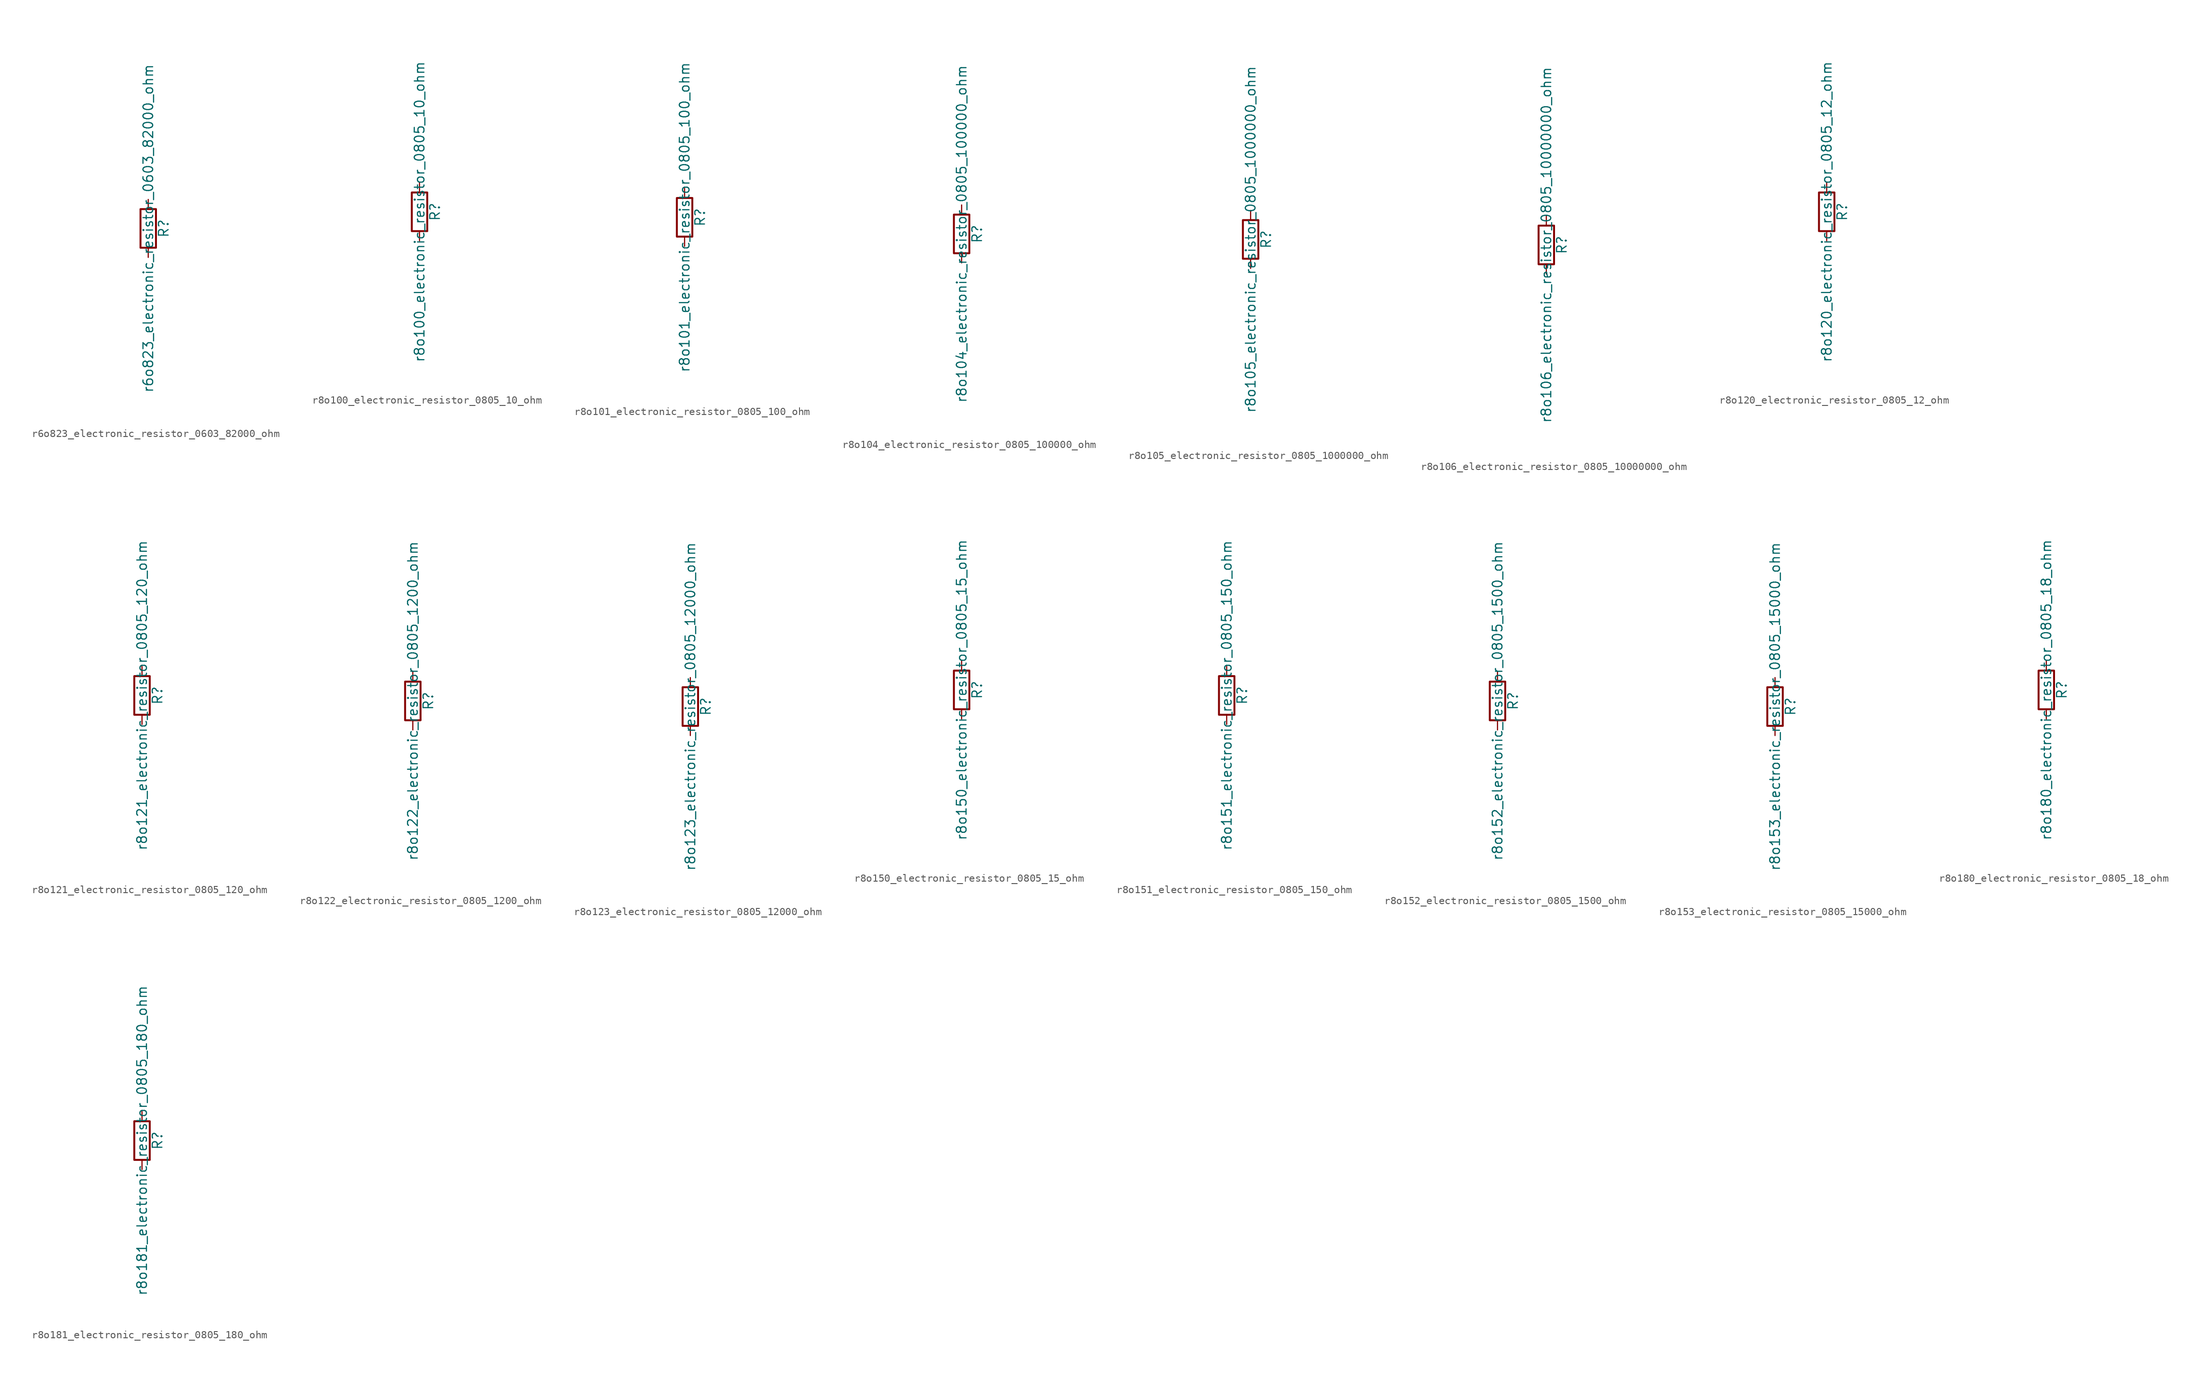
<source format=kicad_sym>
(kicad_symbol_lib
  (version 20220914)
  (generator kicad_symbol_editor)
  (symbol "r6o823_electronic_resistor_0603_82000_ohm"
    (pin_numbers hide)
    (pin_names
      (offset 0))
    (property "Reference" "R"
      (at 2.032 0 90)
      (effects (font (size 1.27 1.27))))
    (property "Value" "r6o823_electronic_resistor_0603_82000_ohm"
      (at 0 0 90)
      (effects (font (size 1.27 1.27))))
    (symbol "r6o823_electronic_resistor_0603_82000_ohm_0_1"
      (rectangle (start -1.016 -2.54) (end 1.016 2.54) (stroke (width 0.254) (type default)) (fill (type none))))
    (symbol "r6o823_electronic_resistor_0603_82000_ohm_1_1"
      (pin passive line (at 0 3.81 270) (length 1.27) (name "~" (effects (font (size 1.27 1.27)))) (number "1" (effects (font (size 1.27 1.27)))))
      (pin passive line (at 0 -3.81 90) (length 1.27) (name "~" (effects (font (size 1.27 1.27)))) (number "2" (effects (font (size 1.27 1.27)))))))
  (symbol "r8o100_electronic_resistor_0805_10_ohm"
    (pin_numbers hide)
    (pin_names
      (offset 0))
    (property "Reference" "R"
      (at 2.032 0 90)
      (effects (font (size 1.27 1.27))))
    (property "Value" "r8o100_electronic_resistor_0805_10_ohm"
      (at 0 0 90)
      (effects (font (size 1.27 1.27))))
    (symbol "r8o100_electronic_resistor_0805_10_ohm_0_1"
      (rectangle (start -1.016 -2.54) (end 1.016 2.54) (stroke (width 0.254) (type default)) (fill (type none))))
    (symbol "r8o100_electronic_resistor_0805_10_ohm_1_1"
      (pin passive line (at 0 3.81 270) (length 1.27) (name "~" (effects (font (size 1.27 1.27)))) (number "1" (effects (font (size 1.27 1.27)))))
      (pin passive line (at 0 -3.81 90) (length 1.27) (name "~" (effects (font (size 1.27 1.27)))) (number "2" (effects (font (size 1.27 1.27)))))))
  (symbol "r8o101_electronic_resistor_0805_100_ohm"
    (pin_numbers hide)
    (pin_names
      (offset 0))
    (property "Reference" "R"
      (at 2.032 0 90)
      (effects (font (size 1.27 1.27))))
    (property "Value" "r8o101_electronic_resistor_0805_100_ohm"
      (at 0 0 90)
      (effects (font (size 1.27 1.27))))
    (symbol "r8o101_electronic_resistor_0805_100_ohm_0_1"
      (rectangle (start -1.016 -2.54) (end 1.016 2.54) (stroke (width 0.254) (type default)) (fill (type none))))
    (symbol "r8o101_electronic_resistor_0805_100_ohm_1_1"
      (pin passive line (at 0 3.81 270) (length 1.27) (name "~" (effects (font (size 1.27 1.27)))) (number "1" (effects (font (size 1.27 1.27)))))
      (pin passive line (at 0 -3.81 90) (length 1.27) (name "~" (effects (font (size 1.27 1.27)))) (number "2" (effects (font (size 1.27 1.27)))))))
  (symbol "r8o104_electronic_resistor_0805_100000_ohm"
    (pin_numbers hide)
    (pin_names
      (offset 0))
    (property "Reference" "R"
      (at 2.032 0 90)
      (effects (font (size 1.27 1.27))))
    (property "Value" "r8o104_electronic_resistor_0805_100000_ohm"
      (at 0 0 90)
      (effects (font (size 1.27 1.27))))
    (symbol "r8o104_electronic_resistor_0805_100000_ohm_0_1"
      (rectangle (start -1.016 -2.54) (end 1.016 2.54) (stroke (width 0.254) (type default)) (fill (type none))))
    (symbol "r8o104_electronic_resistor_0805_100000_ohm_1_1"
      (pin passive line (at 0 3.81 270) (length 1.27) (name "~" (effects (font (size 1.27 1.27)))) (number "1" (effects (font (size 1.27 1.27)))))
      (pin passive line (at 0 -3.81 90) (length 1.27) (name "~" (effects (font (size 1.27 1.27)))) (number "2" (effects (font (size 1.27 1.27)))))))
  (symbol "r8o105_electronic_resistor_0805_1000000_ohm"
    (pin_numbers hide)
    (pin_names
      (offset 0))
    (property "Reference" "R"
      (at 2.032 0 90)
      (effects (font (size 1.27 1.27))))
    (property "Value" "r8o105_electronic_resistor_0805_1000000_ohm"
      (at 0 0 90)
      (effects (font (size 1.27 1.27))))
    (symbol "r8o105_electronic_resistor_0805_1000000_ohm_0_1"
      (rectangle (start -1.016 -2.54) (end 1.016 2.54) (stroke (width 0.254) (type default)) (fill (type none))))
    (symbol "r8o105_electronic_resistor_0805_1000000_ohm_1_1"
      (pin passive line (at 0 3.81 270) (length 1.27) (name "~" (effects (font (size 1.27 1.27)))) (number "1" (effects (font (size 1.27 1.27)))))
      (pin passive line (at 0 -3.81 90) (length 1.27) (name "~" (effects (font (size 1.27 1.27)))) (number "2" (effects (font (size 1.27 1.27)))))))
  (symbol "r8o106_electronic_resistor_0805_10000000_ohm"
    (pin_numbers hide)
    (pin_names
      (offset 0))
    (property "Reference" "R"
      (at 2.032 0 90)
      (effects (font (size 1.27 1.27))))
    (property "Value" "r8o106_electronic_resistor_0805_10000000_ohm"
      (at 0 0 90)
      (effects (font (size 1.27 1.27))))
    (symbol "r8o106_electronic_resistor_0805_10000000_ohm_0_1"
      (rectangle (start -1.016 -2.54) (end 1.016 2.54) (stroke (width 0.254) (type default)) (fill (type none))))
    (symbol "r8o106_electronic_resistor_0805_10000000_ohm_1_1"
      (pin passive line (at 0 3.81 270) (length 1.27) (name "~" (effects (font (size 1.27 1.27)))) (number "1" (effects (font (size 1.27 1.27)))))
      (pin passive line (at 0 -3.81 90) (length 1.27) (name "~" (effects (font (size 1.27 1.27)))) (number "2" (effects (font (size 1.27 1.27)))))))
  (symbol "r8o120_electronic_resistor_0805_12_ohm"
    (pin_numbers hide)
    (pin_names
      (offset 0))
    (property "Reference" "R"
      (at 2.032 0 90)
      (effects (font (size 1.27 1.27))))
    (property "Value" "r8o120_electronic_resistor_0805_12_ohm"
      (at 0 0 90)
      (effects (font (size 1.27 1.27))))
    (symbol "r8o120_electronic_resistor_0805_12_ohm_0_1"
      (rectangle (start -1.016 -2.54) (end 1.016 2.54) (stroke (width 0.254) (type default)) (fill (type none))))
    (symbol "r8o120_electronic_resistor_0805_12_ohm_1_1"
      (pin passive line (at 0 3.81 270) (length 1.27) (name "~" (effects (font (size 1.27 1.27)))) (number "1" (effects (font (size 1.27 1.27)))))
      (pin passive line (at 0 -3.81 90) (length 1.27) (name "~" (effects (font (size 1.27 1.27)))) (number "2" (effects (font (size 1.27 1.27)))))))
  (symbol "r8o121_electronic_resistor_0805_120_ohm"
    (pin_numbers hide)
    (pin_names
      (offset 0))
    (property "Reference" "R"
      (at 2.032 0 90)
      (effects (font (size 1.27 1.27))))
    (property "Value" "r8o121_electronic_resistor_0805_120_ohm"
      (at 0 0 90)
      (effects (font (size 1.27 1.27))))
    (symbol "r8o121_electronic_resistor_0805_120_ohm_0_1"
      (rectangle (start -1.016 -2.54) (end 1.016 2.54) (stroke (width 0.254) (type default)) (fill (type none))))
    (symbol "r8o121_electronic_resistor_0805_120_ohm_1_1"
      (pin passive line (at 0 3.81 270) (length 1.27) (name "~" (effects (font (size 1.27 1.27)))) (number "1" (effects (font (size 1.27 1.27)))))
      (pin passive line (at 0 -3.81 90) (length 1.27) (name "~" (effects (font (size 1.27 1.27)))) (number "2" (effects (font (size 1.27 1.27)))))))
  (symbol "r8o122_electronic_resistor_0805_1200_ohm"
    (pin_numbers hide)
    (pin_names
      (offset 0))
    (property "Reference" "R"
      (at 2.032 0 90)
      (effects (font (size 1.27 1.27))))
    (property "Value" "r8o122_electronic_resistor_0805_1200_ohm"
      (at 0 0 90)
      (effects (font (size 1.27 1.27))))
    (symbol "r8o122_electronic_resistor_0805_1200_ohm_0_1"
      (rectangle (start -1.016 -2.54) (end 1.016 2.54) (stroke (width 0.254) (type default)) (fill (type none))))
    (symbol "r8o122_electronic_resistor_0805_1200_ohm_1_1"
      (pin passive line (at 0 3.81 270) (length 1.27) (name "~" (effects (font (size 1.27 1.27)))) (number "1" (effects (font (size 1.27 1.27)))))
      (pin passive line (at 0 -3.81 90) (length 1.27) (name "~" (effects (font (size 1.27 1.27)))) (number "2" (effects (font (size 1.27 1.27)))))))
  (symbol "r8o123_electronic_resistor_0805_12000_ohm"
    (pin_numbers hide)
    (pin_names
      (offset 0))
    (property "Reference" "R"
      (at 2.032 0 90)
      (effects (font (size 1.27 1.27))))
    (property "Value" "r8o123_electronic_resistor_0805_12000_ohm"
      (at 0 0 90)
      (effects (font (size 1.27 1.27))))
    (symbol "r8o123_electronic_resistor_0805_12000_ohm_0_1"
      (rectangle (start -1.016 -2.54) (end 1.016 2.54) (stroke (width 0.254) (type default)) (fill (type none))))
    (symbol "r8o123_electronic_resistor_0805_12000_ohm_1_1"
      (pin passive line (at 0 3.81 270) (length 1.27) (name "~" (effects (font (size 1.27 1.27)))) (number "1" (effects (font (size 1.27 1.27)))))
      (pin passive line (at 0 -3.81 90) (length 1.27) (name "~" (effects (font (size 1.27 1.27)))) (number "2" (effects (font (size 1.27 1.27)))))))
  (symbol "r8o150_electronic_resistor_0805_15_ohm"
    (pin_numbers hide)
    (pin_names
      (offset 0))
    (property "Reference" "R"
      (at 2.032 0 90)
      (effects (font (size 1.27 1.27))))
    (property "Value" "r8o150_electronic_resistor_0805_15_ohm"
      (at 0 0 90)
      (effects (font (size 1.27 1.27))))
    (symbol "r8o150_electronic_resistor_0805_15_ohm_0_1"
      (rectangle (start -1.016 -2.54) (end 1.016 2.54) (stroke (width 0.254) (type default)) (fill (type none))))
    (symbol "r8o150_electronic_resistor_0805_15_ohm_1_1"
      (pin passive line (at 0 3.81 270) (length 1.27) (name "~" (effects (font (size 1.27 1.27)))) (number "1" (effects (font (size 1.27 1.27)))))
      (pin passive line (at 0 -3.81 90) (length 1.27) (name "~" (effects (font (size 1.27 1.27)))) (number "2" (effects (font (size 1.27 1.27)))))))
  (symbol "r8o151_electronic_resistor_0805_150_ohm"
    (pin_numbers hide)
    (pin_names
      (offset 0))
    (property "Reference" "R"
      (at 2.032 0 90)
      (effects (font (size 1.27 1.27))))
    (property "Value" "r8o151_electronic_resistor_0805_150_ohm"
      (at 0 0 90)
      (effects (font (size 1.27 1.27))))
    (symbol "r8o151_electronic_resistor_0805_150_ohm_0_1"
      (rectangle (start -1.016 -2.54) (end 1.016 2.54) (stroke (width 0.254) (type default)) (fill (type none))))
    (symbol "r8o151_electronic_resistor_0805_150_ohm_1_1"
      (pin passive line (at 0 3.81 270) (length 1.27) (name "~" (effects (font (size 1.27 1.27)))) (number "1" (effects (font (size 1.27 1.27)))))
      (pin passive line (at 0 -3.81 90) (length 1.27) (name "~" (effects (font (size 1.27 1.27)))) (number "2" (effects (font (size 1.27 1.27)))))))
  (symbol "r8o152_electronic_resistor_0805_1500_ohm"
    (pin_numbers hide)
    (pin_names
      (offset 0))
    (property "Reference" "R"
      (at 2.032 0 90)
      (effects (font (size 1.27 1.27))))
    (property "Value" "r8o152_electronic_resistor_0805_1500_ohm"
      (at 0 0 90)
      (effects (font (size 1.27 1.27))))
    (symbol "r8o152_electronic_resistor_0805_1500_ohm_0_1"
      (rectangle (start -1.016 -2.54) (end 1.016 2.54) (stroke (width 0.254) (type default)) (fill (type none))))
    (symbol "r8o152_electronic_resistor_0805_1500_ohm_1_1"
      (pin passive line (at 0 3.81 270) (length 1.27) (name "~" (effects (font (size 1.27 1.27)))) (number "1" (effects (font (size 1.27 1.27)))))
      (pin passive line (at 0 -3.81 90) (length 1.27) (name "~" (effects (font (size 1.27 1.27)))) (number "2" (effects (font (size 1.27 1.27)))))))
  (symbol "r8o153_electronic_resistor_0805_15000_ohm"
    (pin_numbers hide)
    (pin_names
      (offset 0))
    (property "Reference" "R"
      (at 2.032 0 90)
      (effects (font (size 1.27 1.27))))
    (property "Value" "r8o153_electronic_resistor_0805_15000_ohm"
      (at 0 0 90)
      (effects (font (size 1.27 1.27))))
    (symbol "r8o153_electronic_resistor_0805_15000_ohm_0_1"
      (rectangle (start -1.016 -2.54) (end 1.016 2.54) (stroke (width 0.254) (type default)) (fill (type none))))
    (symbol "r8o153_electronic_resistor_0805_15000_ohm_1_1"
      (pin passive line (at 0 3.81 270) (length 1.27) (name "~" (effects (font (size 1.27 1.27)))) (number "1" (effects (font (size 1.27 1.27)))))
      (pin passive line (at 0 -3.81 90) (length 1.27) (name "~" (effects (font (size 1.27 1.27)))) (number "2" (effects (font (size 1.27 1.27)))))))
  (symbol "r8o180_electronic_resistor_0805_18_ohm"
    (pin_numbers hide)
    (pin_names
      (offset 0))
    (property "Reference" "R"
      (at 2.032 0 90)
      (effects (font (size 1.27 1.27))))
    (property "Value" "r8o180_electronic_resistor_0805_18_ohm"
      (at 0 0 90)
      (effects (font (size 1.27 1.27))))
    (symbol "r8o180_electronic_resistor_0805_18_ohm_0_1"
      (rectangle (start -1.016 -2.54) (end 1.016 2.54) (stroke (width 0.254) (type default)) (fill (type none))))
    (symbol "r8o180_electronic_resistor_0805_18_ohm_1_1"
      (pin passive line (at 0 3.81 270) (length 1.27) (name "~" (effects (font (size 1.27 1.27)))) (number "1" (effects (font (size 1.27 1.27)))))
      (pin passive line (at 0 -3.81 90) (length 1.27) (name "~" (effects (font (size 1.27 1.27)))) (number "2" (effects (font (size 1.27 1.27)))))))
  (symbol "r8o181_electronic_resistor_0805_180_ohm"
    (pin_numbers hide)
    (pin_names
      (offset 0))
    (property "Reference" "R"
      (at 2.032 0 90)
      (effects (font (size 1.27 1.27))))
    (property "Value" "r8o181_electronic_resistor_0805_180_ohm"
      (at 0 0 90)
      (effects (font (size 1.27 1.27))))
    (symbol "r8o181_electronic_resistor_0805_180_ohm_0_1"
      (rectangle (start -1.016 -2.54) (end 1.016 2.54) (stroke (width 0.254) (type default)) (fill (type none))))
    (symbol "r8o181_electronic_resistor_0805_180_ohm_1_1"
      (pin passive line (at 0 3.81 270) (length 1.27) (name "~" (effects (font (size 1.27 1.27)))) (number "1" (effects (font (size 1.27 1.27)))))
      (pin passive line (at 0 -3.81 90) (length 1.27) (name "~" (effects (font (size 1.27 1.27)))) (number "2" (effects (font (size 1.27 1.27))))))))
</source>
